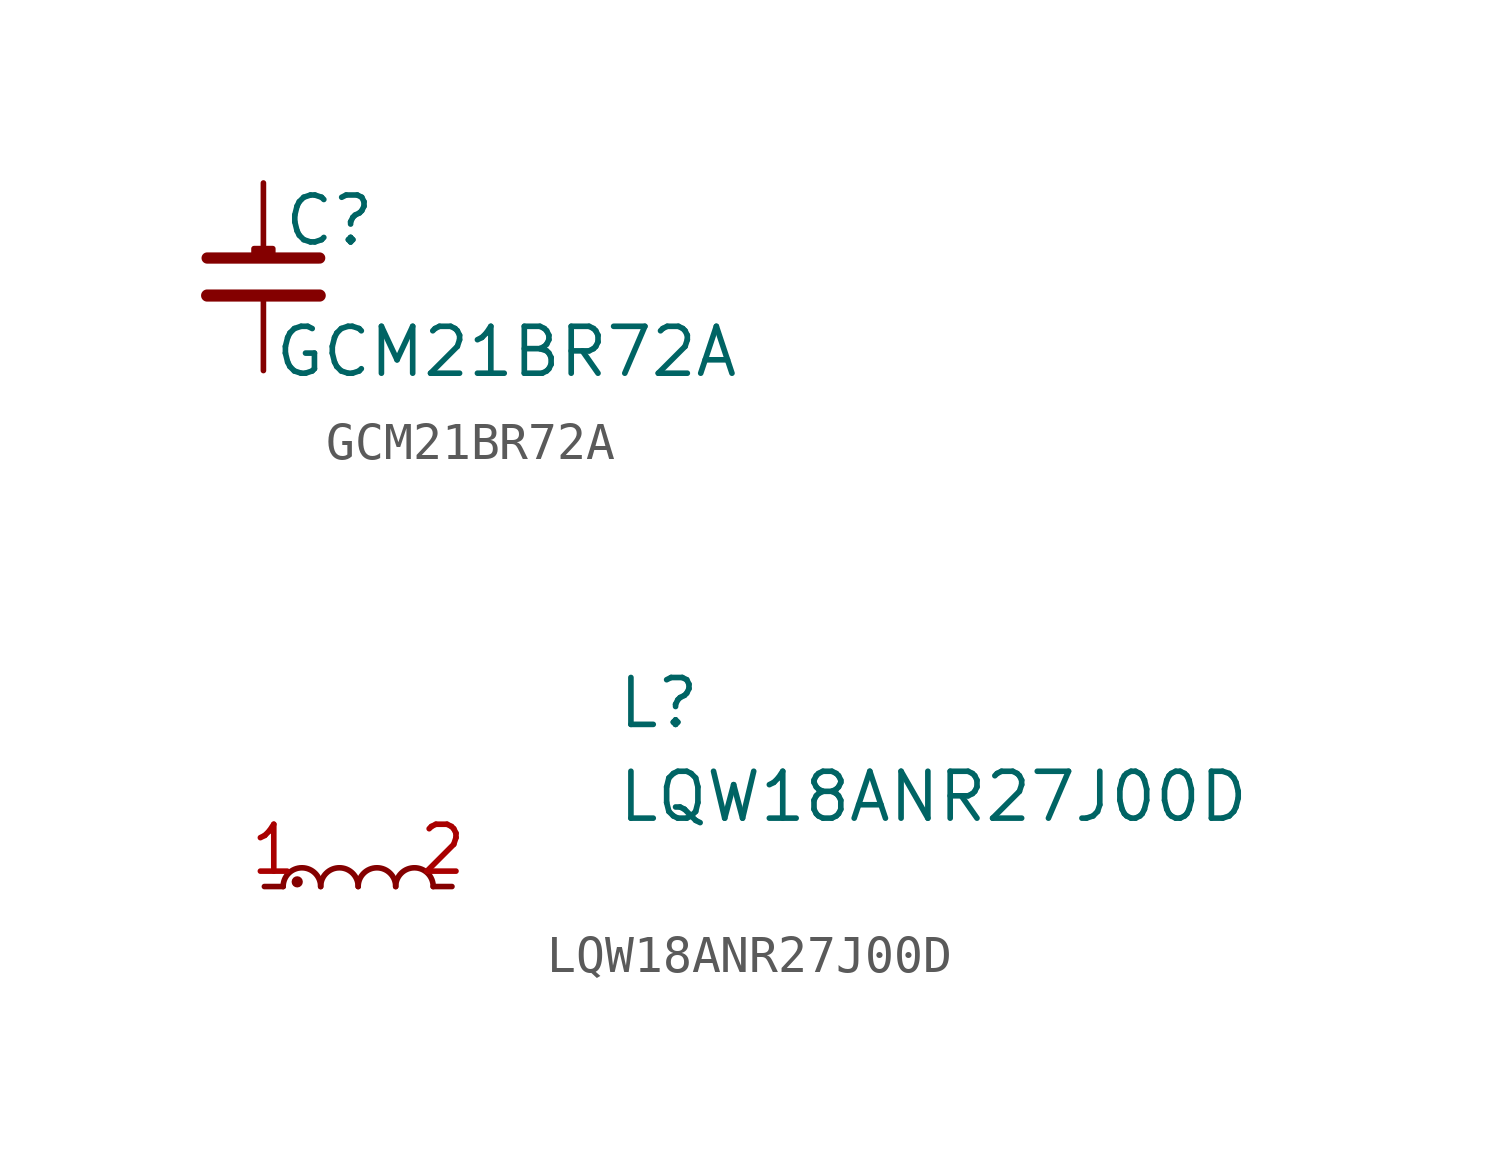
<source format=kicad_sym>
(kicad_symbol_lib
  (version 20241209)
  (generator "kicad_symbol_editor")
  (generator_version "9.0")
  (symbol "GCM21BR72A"
    (pin_numbers
      (hide yes))
    (pin_names
      (offset 0.254)
      (hide yes))
    (property "Reference" "C"
      (at 0.508 1.524 0)
      (effects (font (size 1.27 1.27)) (justify left)))
    (property "Value" "GCM21BR72A"
      (at 0.254 -2.032 0)
      (effects (font (size 1.27 1.27)) (justify left)))
    (symbol "GCM21BR72A_0_1"
      (polyline (pts (xy -1.524 0.508) (xy 1.524 0.508)) (stroke (width 0.305) (type default)) (fill (type none)))
      (polyline (pts (xy -1.524 -0.508) (xy 1.524 -0.508)) (stroke (width 0.33) (type default)) (fill (type none))))
    (symbol "GCM21BR72A_1_1"
      (rectangle (start -0.254 0.762) (end 0.254 0.508) (stroke (width 0) (type solid)) (fill (type outline)))
      (pin passive line (at 0 2.54 270) (length 2.032) (name "~" (effects (font (size 1.27 1.27)))) (number "1" (effects (font (size 1.27 1.27)))))
      (pin passive line (at 0 -2.54 90) (length 2.032) (name "~" (effects (font (size 1.27 1.27)))) (number "2" (effects (font (size 1.27 1.27)))))))
  (symbol "LQW18ANR27J00D"
    (pin_names
      (hide yes))
    (property "Reference" "L"
      (at 16.51 6.35 0)
      (effects (font (size 1.27 1.27)) (justify left top)))
    (property "Value" "LQW18ANR27J00D"
      (at 16.51 3.81 0)
      (effects (font (size 1.27 1.27)) (justify left top)))
    (symbol "LQW18ANR27J00D_0_1"
      (circle (center 7.874 0.762) (radius 0.0001) (stroke (width 0) (type default)) (fill (type none)))
      (arc (start 7.493 0.635) (mid 8.001 1.1408) (end 8.509 0.635) (stroke (width 0) (type default)) (fill (type none)))
      (arc (start 8.509 0.635) (mid 9.017 1.1408) (end 9.525 0.635) (stroke (width 0) (type default)) (fill (type none)))
      (arc (start 9.525 0.635) (mid 10.033 1.1408) (end 10.541 0.635) (stroke (width 0) (type default)) (fill (type none)))
      (arc (start 10.541 0.635) (mid 11.049 1.1408) (end 11.557 0.635) (stroke (width 0) (type default)) (fill (type none))))
    (symbol "LQW18ANR27J00D_1_1"
      (pin passive line (at 6.985 0.635 0) (length 0.508) (name "~" (effects (font (size 1.27 1.27)))) (number "1" (effects (font (size 1.27 1.27)))))
      (pin passive line (at 12.065 0.635 180) (length 0.508) (name "~" (effects (font (size 1.27 1.27)))) (number "2" (effects (font (size 1.27 1.27))))))))
</source>
